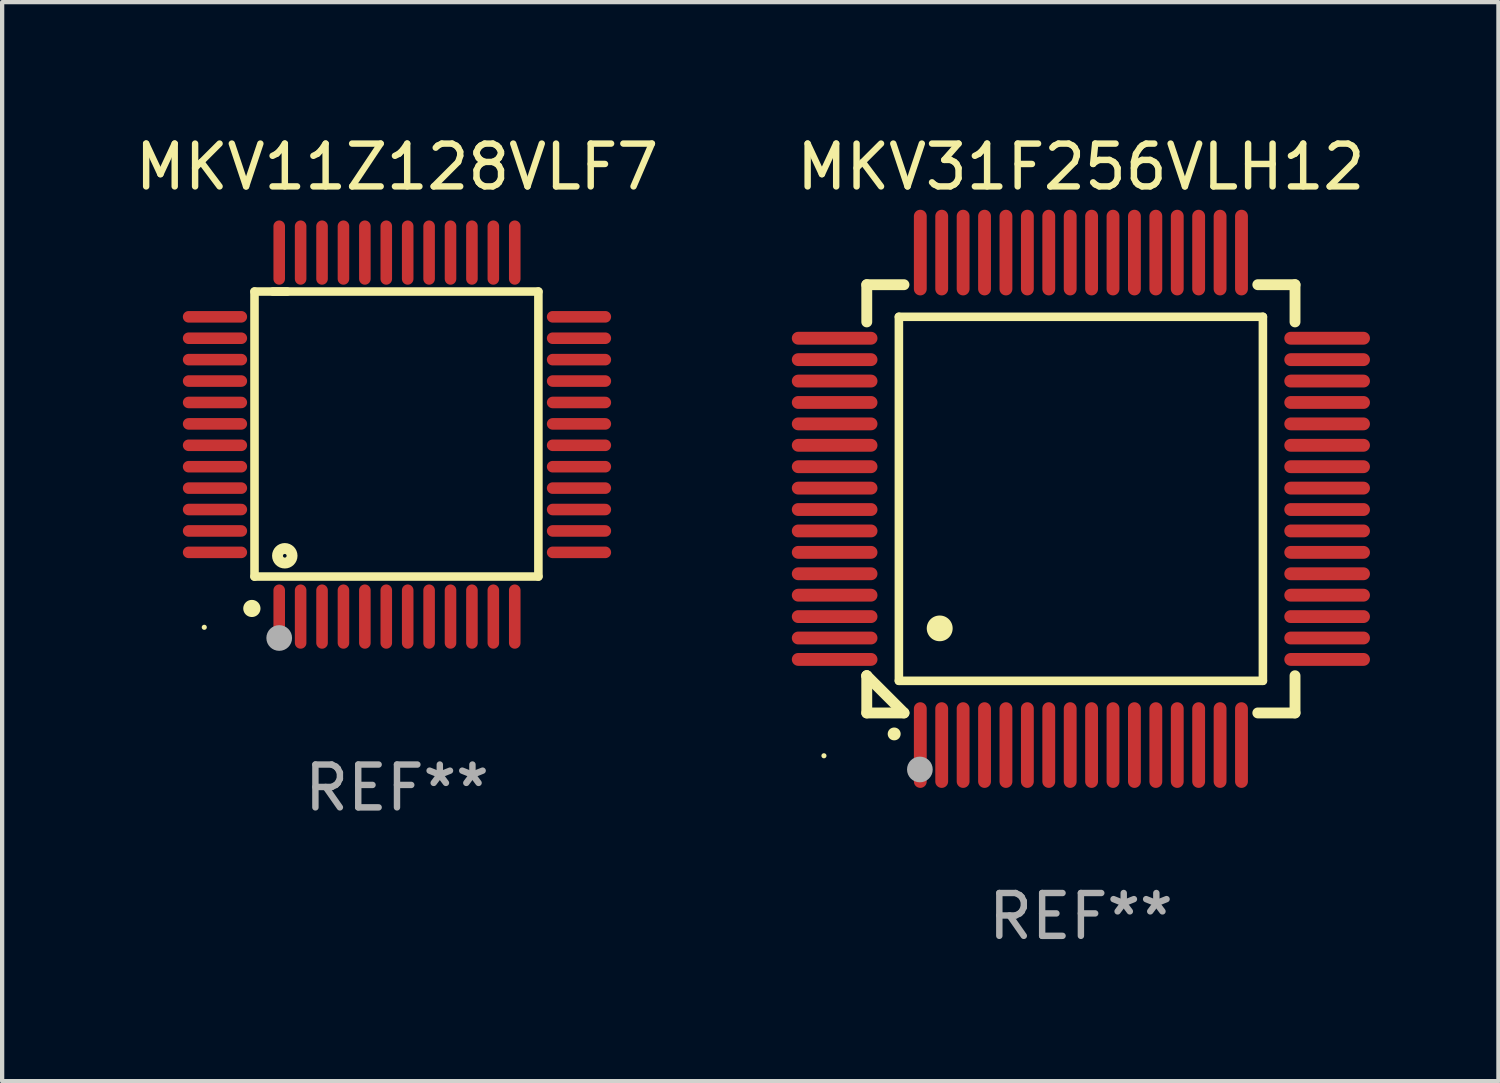
<source format=kicad_pcb>
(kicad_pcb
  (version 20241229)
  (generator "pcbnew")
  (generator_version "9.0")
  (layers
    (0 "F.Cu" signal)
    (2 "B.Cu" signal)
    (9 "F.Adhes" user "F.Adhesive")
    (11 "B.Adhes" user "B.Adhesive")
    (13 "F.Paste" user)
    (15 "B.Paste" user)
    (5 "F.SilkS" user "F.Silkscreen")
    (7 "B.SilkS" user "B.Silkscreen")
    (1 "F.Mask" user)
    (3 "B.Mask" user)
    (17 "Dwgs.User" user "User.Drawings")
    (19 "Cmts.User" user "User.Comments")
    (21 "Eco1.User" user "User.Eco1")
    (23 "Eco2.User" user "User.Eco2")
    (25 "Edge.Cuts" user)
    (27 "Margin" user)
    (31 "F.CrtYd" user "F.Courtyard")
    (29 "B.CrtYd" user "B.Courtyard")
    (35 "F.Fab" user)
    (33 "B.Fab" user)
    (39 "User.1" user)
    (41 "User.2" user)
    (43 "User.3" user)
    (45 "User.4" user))
  (footprint "MKV11Z128VLF7"
    (layer "F.Cu")
    (at 6.22 7.098)
    (property "Reference" "MKV11Z128VLF7" (at 0 -6.25 0) (layer "F.SilkS") (effects (font (size 1 1) (thickness 0.15))))
    (attr through_hole)
    (fp_line (start -3.327 -3.34) (end -2.565 -3.34) (stroke (width 0.2) (type solid)) (layer "F.SilkS"))
    (fp_line (start -3.327 3.315) (end -3.327 -3.34) (stroke (width 0.2) (type solid)) (layer "F.SilkS"))
    (fp_line (start -2.896 -3.34) (end 3.302 -3.34) (stroke (width 0.2) (type solid)) (layer "F.SilkS"))
    (fp_line (start 3.302 -3.34) (end 3.302 3.315) (stroke (width 0.2) (type solid)) (layer "F.SilkS"))
    (fp_line (start 3.302 3.315) (end -3.327 3.315) (stroke (width 0.2) (type solid)) (layer "F.SilkS"))
    (fp_arc (start -3.389992 4.059995) (mid -3.388722 4.059991) (end -3.387452 4.059995) (stroke (width 0.4) (type solid)) (layer "F.SilkS"))
    (fp_circle (center -4.5 4.5) (end -4.47 4.5) (stroke (width 0.06) (type solid)) (fill no) (layer "F.SilkS"))
    (fp_circle (center -2.62 2.83) (end -2.45 2.83) (stroke (width 0.254) (type solid)) (fill no) (layer "F.SilkS"))
    (fp_circle (center -2.75 4.75) (end -2.6 4.75) (stroke (width 0.3) (type solid)) (fill no) (layer "F.Fab"))
    (fp_text user "REF**" (at 0 8.25 0) (layer "F.Fab") (effects (font (size 1 1) (thickness 0.15))))
    (pad "1" smd oval (at -2.75 4.25) (size 0.27 1.5) (layers "F.Cu" "F.Mask" "F.Paste"))
    (pad "2" smd oval (at -2.25 4.25) (size 0.27 1.5) (layers "F.Cu" "F.Mask" "F.Paste"))
    (pad "3" smd oval (at -1.75 4.25) (size 0.27 1.5) (layers "F.Cu" "F.Mask" "F.Paste"))
    (pad "4" smd oval (at -1.25 4.25) (size 0.27 1.5) (layers "F.Cu" "F.Mask" "F.Paste"))
    (pad "5" smd oval (at -0.75 4.25) (size 0.27 1.5) (layers "F.Cu" "F.Mask" "F.Paste"))
    (pad "6" smd oval (at -0.25 4.25) (size 0.27 1.5) (layers "F.Cu" "F.Mask" "F.Paste"))
    (pad "7" smd oval (at 0.25 4.25) (size 0.27 1.5) (layers "F.Cu" "F.Mask" "F.Paste"))
    (pad "8" smd oval (at 0.75 4.25) (size 0.27 1.5) (layers "F.Cu" "F.Mask" "F.Paste"))
    (pad "9" smd oval (at 1.25 4.25) (size 0.27 1.5) (layers "F.Cu" "F.Mask" "F.Paste"))
    (pad "10" smd oval (at 1.75 4.25) (size 0.27 1.5) (layers "F.Cu" "F.Mask" "F.Paste"))
    (pad "11" smd oval (at 2.25 4.25) (size 0.27 1.5) (layers "F.Cu" "F.Mask" "F.Paste"))
    (pad "12" smd oval (at 2.75 4.25) (size 0.27 1.5) (layers "F.Cu" "F.Mask" "F.Paste"))
    (pad "13" smd oval (at 4.25 2.75) (size 1.5 0.27) (layers "F.Cu" "F.Mask" "F.Paste"))
    (pad "14" smd oval (at 4.25 2.25) (size 1.5 0.27) (layers "F.Cu" "F.Mask" "F.Paste"))
    (pad "15" smd oval (at 4.25 1.75) (size 1.5 0.27) (layers "F.Cu" "F.Mask" "F.Paste"))
    (pad "16" smd oval (at 4.25 1.25) (size 1.5 0.27) (layers "F.Cu" "F.Mask" "F.Paste"))
    (pad "17" smd oval (at 4.25 0.75) (size 1.5 0.27) (layers "F.Cu" "F.Mask" "F.Paste"))
    (pad "18" smd oval (at 4.25 0.25) (size 1.5 0.27) (layers "F.Cu" "F.Mask" "F.Paste"))
    (pad "19" smd oval (at 4.25 -0.25) (size 1.5 0.27) (layers "F.Cu" "F.Mask" "F.Paste"))
    (pad "20" smd oval (at 4.25 -0.75) (size 1.5 0.27) (layers "F.Cu" "F.Mask" "F.Paste"))
    (pad "21" smd oval (at 4.25 -1.25) (size 1.5 0.27) (layers "F.Cu" "F.Mask" "F.Paste"))
    (pad "22" smd oval (at 4.25 -1.75) (size 1.5 0.27) (layers "F.Cu" "F.Mask" "F.Paste"))
    (pad "23" smd oval (at 4.25 -2.25) (size 1.5 0.27) (layers "F.Cu" "F.Mask" "F.Paste"))
    (pad "24" smd oval (at 4.25 -2.75) (size 1.5 0.27) (layers "F.Cu" "F.Mask" "F.Paste"))
    (pad "25" smd oval (at 2.75 -4.25) (size 0.27 1.5) (layers "F.Cu" "F.Mask" "F.Paste"))
    (pad "26" smd oval (at 2.25 -4.25) (size 0.27 1.5) (layers "F.Cu" "F.Mask" "F.Paste"))
    (pad "27" smd oval (at 1.75 -4.25) (size 0.27 1.5) (layers "F.Cu" "F.Mask" "F.Paste"))
    (pad "28" smd oval (at 1.25 -4.25) (size 0.27 1.5) (layers "F.Cu" "F.Mask" "F.Paste"))
    (pad "29" smd oval (at 0.75 -4.25) (size 0.27 1.5) (layers "F.Cu" "F.Mask" "F.Paste"))
    (pad "30" smd oval (at 0.25 -4.25) (size 0.27 1.5) (layers "F.Cu" "F.Mask" "F.Paste"))
    (pad "31" smd oval (at -0.25 -4.25) (size 0.27 1.5) (layers "F.Cu" "F.Mask" "F.Paste"))
    (pad "32" smd oval (at -0.75 -4.25) (size 0.27 1.5) (layers "F.Cu" "F.Mask" "F.Paste"))
    (pad "33" smd oval (at -1.25 -4.25) (size 0.27 1.5) (layers "F.Cu" "F.Mask" "F.Paste"))
    (pad "34" smd oval (at -1.75 -4.25) (size 0.27 1.5) (layers "F.Cu" "F.Mask" "F.Paste"))
    (pad "35" smd oval (at -2.25 -4.25) (size 0.27 1.5) (layers "F.Cu" "F.Mask" "F.Paste"))
    (pad "36" smd oval (at -2.75 -4.25) (size 0.27 1.5) (layers "F.Cu" "F.Mask" "F.Paste"))
    (pad "37" smd oval (at -4.25 -2.75) (size 1.5 0.27) (layers "F.Cu" "F.Mask" "F.Paste"))
    (pad "38" smd oval (at -4.25 -2.25) (size 1.5 0.27) (layers "F.Cu" "F.Mask" "F.Paste"))
    (pad "39" smd oval (at -4.25 -1.75) (size 1.5 0.27) (layers "F.Cu" "F.Mask" "F.Paste"))
    (pad "40" smd oval (at -4.25 -1.25) (size 1.5 0.27) (layers "F.Cu" "F.Mask" "F.Paste"))
    (pad "41" smd oval (at -4.25 -0.75) (size 1.5 0.27) (layers "F.Cu" "F.Mask" "F.Paste"))
    (pad "42" smd oval (at -4.25 -0.25) (size 1.5 0.27) (layers "F.Cu" "F.Mask" "F.Paste"))
    (pad "43" smd oval (at -4.25 0.25) (size 1.5 0.27) (layers "F.Cu" "F.Mask" "F.Paste"))
    (pad "44" smd oval (at -4.25 0.75) (size 1.5 0.27) (layers "F.Cu" "F.Mask" "F.Paste"))
    (pad "45" smd oval (at -4.25 1.25) (size 1.5 0.27) (layers "F.Cu" "F.Mask" "F.Paste"))
    (pad "46" smd oval (at -4.25 1.75) (size 1.5 0.27) (layers "F.Cu" "F.Mask" "F.Paste"))
    (pad "47" smd oval (at -4.25 2.25) (size 1.5 0.27) (layers "F.Cu" "F.Mask" "F.Paste"))
    (pad "48" smd oval (at -4.25 2.75) (size 1.5 0.27) (layers "F.Cu" "F.Mask" "F.Paste")))
  (footprint "MKV31F256VLH12"
    (layer "F.Cu")
    (at 22.19 8.598)
    (property "Reference" "MKV31F256VLH12" (at 0 -7.75 0) (layer "F.SilkS") (effects (font (size 1 1) (thickness 0.15))))
    (attr through_hole)
    (fp_line (start -5 -5) (end -4.131 -5) (stroke (width 0.254) (type solid)) (layer "F.SilkS"))
    (fp_line (start -5 -4.131) (end -5 -5) (stroke (width 0.254) (type solid)) (layer "F.SilkS"))
    (fp_line (start -5 4.131) (end -5 4.131) (stroke (width 0.254) (type solid)) (layer "F.SilkS"))
    (fp_line (start -5 5) (end -5 4.131) (stroke (width 0.254) (type solid)) (layer "F.SilkS"))
    (fp_line (start -5 4.131) (end -4.131 5) (stroke (width 0.254) (type solid)) (layer "F.SilkS"))
    (fp_line (start -4.25 -4.25) (end -4.25 4.25) (stroke (width 0.2) (type solid)) (layer "F.SilkS"))
    (fp_line (start -4.25 4.25) (end 4.25 4.25) (stroke (width 0.2) (type solid)) (layer "F.SilkS"))
    (fp_line (start -4.131 5) (end -5 5) (stroke (width 0.254) (type solid)) (layer "F.SilkS"))
    (fp_line (start 4.25 -4.25) (end -4.25 -4.25) (stroke (width 0.2) (type solid)) (layer "F.SilkS"))
    (fp_line (start 4.25 4.25) (end 4.25 -4.25) (stroke (width 0.2) (type solid)) (layer "F.SilkS"))
    (fp_line (start 5 -5) (end 4.131 -5) (stroke (width 0.254) (type solid)) (layer "F.SilkS"))
    (fp_line (start 5 -5) (end 5 -4.131) (stroke (width 0.254) (type solid)) (layer "F.SilkS"))
    (fp_line (start 5 4.131) (end 5 5) (stroke (width 0.254) (type solid)) (layer "F.SilkS"))
    (fp_line (start 5 5) (end 4.131 5) (stroke (width 0.254) (type solid)) (layer "F.SilkS"))
    (fp_arc (start -4.361265 5.489992) (mid -4.359995 5.489987) (end -4.358725 5.489992) (stroke (width 0.3) (type solid)) (layer "F.SilkS"))
    (fp_arc (start -3.299467 3.025146) (mid -3.296927 3.025135) (end -3.294387 3.025146) (stroke (width 0.6) (type solid)) (layer "F.SilkS"))
    (fp_circle (center -6 6) (end -5.97 6) (stroke (width 0.06) (type solid)) (fill no) (layer "F.SilkS"))
    (fp_circle (center -3.76 6.32) (end -3.61 6.32) (stroke (width 0.3) (type solid)) (fill no) (layer "F.Fab"))
    (fp_text user "REF**" (at 0 9.75 0) (layer "F.Fab") (effects (font (size 1 1) (thickness 0.15))))
    (pad "1" smd oval (at -3.75 5.75) (size 0.3 2) (layers "F.Cu" "F.Mask" "F.Paste"))
    (pad "2" smd oval (at -3.25 5.75) (size 0.3 2) (layers "F.Cu" "F.Mask" "F.Paste"))
    (pad "3" smd oval (at -2.75 5.75) (size 0.3 2) (layers "F.Cu" "F.Mask" "F.Paste"))
    (pad "4" smd oval (at -2.25 5.75) (size 0.3 2) (layers "F.Cu" "F.Mask" "F.Paste"))
    (pad "5" smd oval (at -1.75 5.75) (size 0.3 2) (layers "F.Cu" "F.Mask" "F.Paste"))
    (pad "6" smd oval (at -1.25 5.75) (size 0.3 2) (layers "F.Cu" "F.Mask" "F.Paste"))
    (pad "7" smd oval (at -0.75 5.75) (size 0.3 2) (layers "F.Cu" "F.Mask" "F.Paste"))
    (pad "8" smd oval (at -0.25 5.75) (size 0.3 2) (layers "F.Cu" "F.Mask" "F.Paste"))
    (pad "9" smd oval (at 0.25 5.75) (size 0.3 2) (layers "F.Cu" "F.Mask" "F.Paste"))
    (pad "10" smd oval (at 0.75 5.75) (size 0.3 2) (layers "F.Cu" "F.Mask" "F.Paste"))
    (pad "11" smd oval (at 1.25 5.75) (size 0.3 2) (layers "F.Cu" "F.Mask" "F.Paste"))
    (pad "12" smd oval (at 1.75 5.75) (size 0.3 2) (layers "F.Cu" "F.Mask" "F.Paste"))
    (pad "13" smd oval (at 2.25 5.75) (size 0.3 2) (layers "F.Cu" "F.Mask" "F.Paste"))
    (pad "14" smd oval (at 2.75 5.75) (size 0.3 2) (layers "F.Cu" "F.Mask" "F.Paste"))
    (pad "15" smd oval (at 3.25 5.75) (size 0.3 2) (layers "F.Cu" "F.Mask" "F.Paste"))
    (pad "16" smd oval (at 3.75 5.75) (size 0.3 2) (layers "F.Cu" "F.Mask" "F.Paste"))
    (pad "17" smd oval (at 5.75 3.75) (size 2 0.3) (layers "F.Cu" "F.Mask" "F.Paste"))
    (pad "18" smd oval (at 5.75 3.25) (size 2 0.3) (layers "F.Cu" "F.Mask" "F.Paste"))
    (pad "19" smd oval (at 5.75 2.75) (size 2 0.3) (layers "F.Cu" "F.Mask" "F.Paste"))
    (pad "20" smd oval (at 5.75 2.25) (size 2 0.3) (layers "F.Cu" "F.Mask" "F.Paste"))
    (pad "21" smd oval (at 5.75 1.75) (size 2 0.3) (layers "F.Cu" "F.Mask" "F.Paste"))
    (pad "22" smd oval (at 5.75 1.25) (size 2 0.3) (layers "F.Cu" "F.Mask" "F.Paste"))
    (pad "23" smd oval (at 5.75 0.75) (size 2 0.3) (layers "F.Cu" "F.Mask" "F.Paste"))
    (pad "24" smd oval (at 5.75 0.25) (size 2 0.3) (layers "F.Cu" "F.Mask" "F.Paste"))
    (pad "25" smd oval (at 5.75 -0.25) (size 2 0.3) (layers "F.Cu" "F.Mask" "F.Paste"))
    (pad "26" smd oval (at 5.75 -0.75) (size 2 0.3) (layers "F.Cu" "F.Mask" "F.Paste"))
    (pad "27" smd oval (at 5.75 -1.25) (size 2 0.3) (layers "F.Cu" "F.Mask" "F.Paste"))
    (pad "28" smd oval (at 5.75 -1.75) (size 2 0.3) (layers "F.Cu" "F.Mask" "F.Paste"))
    (pad "29" smd oval (at 5.75 -2.25) (size 2 0.3) (layers "F.Cu" "F.Mask" "F.Paste"))
    (pad "30" smd oval (at 5.75 -2.75) (size 2 0.3) (layers "F.Cu" "F.Mask" "F.Paste"))
    (pad "31" smd oval (at 5.75 -3.25) (size 2 0.3) (layers "F.Cu" "F.Mask" "F.Paste"))
    (pad "32" smd oval (at 5.75 -3.75) (size 2 0.3) (layers "F.Cu" "F.Mask" "F.Paste"))
    (pad "33" smd oval (at 3.75 -5.75) (size 0.3 2) (layers "F.Cu" "F.Mask" "F.Paste"))
    (pad "34" smd oval (at 3.25 -5.75) (size 0.3 2) (layers "F.Cu" "F.Mask" "F.Paste"))
    (pad "35" smd oval (at 2.75 -5.75) (size 0.3 2) (layers "F.Cu" "F.Mask" "F.Paste"))
    (pad "36" smd oval (at 2.25 -5.75) (size 0.3 2) (layers "F.Cu" "F.Mask" "F.Paste"))
    (pad "37" smd oval (at 1.75 -5.75) (size 0.3 2) (layers "F.Cu" "F.Mask" "F.Paste"))
    (pad "38" smd oval (at 1.25 -5.75) (size 0.3 2) (layers "F.Cu" "F.Mask" "F.Paste"))
    (pad "39" smd oval (at 0.75 -5.75) (size 0.3 2) (layers "F.Cu" "F.Mask" "F.Paste"))
    (pad "40" smd oval (at 0.25 -5.75) (size 0.3 2) (layers "F.Cu" "F.Mask" "F.Paste"))
    (pad "41" smd oval (at -0.25 -5.75) (size 0.3 2) (layers "F.Cu" "F.Mask" "F.Paste"))
    (pad "42" smd oval (at -0.75 -5.75) (size 0.3 2) (layers "F.Cu" "F.Mask" "F.Paste"))
    (pad "43" smd oval (at -1.25 -5.75) (size 0.3 2) (layers "F.Cu" "F.Mask" "F.Paste"))
    (pad "44" smd oval (at -1.75 -5.75) (size 0.3 2) (layers "F.Cu" "F.Mask" "F.Paste"))
    (pad "45" smd oval (at -2.25 -5.75) (size 0.3 2) (layers "F.Cu" "F.Mask" "F.Paste"))
    (pad "46" smd oval (at -2.75 -5.75) (size 0.3 2) (layers "F.Cu" "F.Mask" "F.Paste"))
    (pad "47" smd oval (at -3.25 -5.75) (size 0.3 2) (layers "F.Cu" "F.Mask" "F.Paste"))
    (pad "48" smd oval (at -3.75 -5.75) (size 0.3 2) (layers "F.Cu" "F.Mask" "F.Paste"))
    (pad "49" smd oval (at -5.75 -3.75) (size 2 0.3) (layers "F.Cu" "F.Mask" "F.Paste"))
    (pad "50" smd oval (at -5.75 -3.25) (size 2 0.3) (layers "F.Cu" "F.Mask" "F.Paste"))
    (pad "51" smd oval (at -5.75 -2.75) (size 2 0.3) (layers "F.Cu" "F.Mask" "F.Paste"))
    (pad "52" smd oval (at -5.75 -2.25) (size 2 0.3) (layers "F.Cu" "F.Mask" "F.Paste"))
    (pad "53" smd oval (at -5.75 -1.75) (size 2 0.3) (layers "F.Cu" "F.Mask" "F.Paste"))
    (pad "54" smd oval (at -5.75 -1.25) (size 2 0.3) (layers "F.Cu" "F.Mask" "F.Paste"))
    (pad "55" smd oval (at -5.75 -0.75) (size 2 0.3) (layers "F.Cu" "F.Mask" "F.Paste"))
    (pad "56" smd oval (at -5.75 -0.25) (size 2 0.3) (layers "F.Cu" "F.Mask" "F.Paste"))
    (pad "57" smd oval (at -5.75 0.25) (size 2 0.3) (layers "F.Cu" "F.Mask" "F.Paste"))
    (pad "58" smd oval (at -5.75 0.75) (size 2 0.3) (layers "F.Cu" "F.Mask" "F.Paste"))
    (pad "59" smd oval (at -5.75 1.25) (size 2 0.3) (layers "F.Cu" "F.Mask" "F.Paste"))
    (pad "60" smd oval (at -5.75 1.75) (size 2 0.3) (layers "F.Cu" "F.Mask" "F.Paste"))
    (pad "61" smd oval (at -5.75 2.25) (size 2 0.3) (layers "F.Cu" "F.Mask" "F.Paste"))
    (pad "62" smd oval (at -5.75 2.75) (size 2 0.3) (layers "F.Cu" "F.Mask" "F.Paste"))
    (pad "63" smd oval (at -5.75 3.25) (size 2 0.3) (layers "F.Cu" "F.Mask" "F.Paste"))
    (pad "64" smd oval (at -5.75 3.75) (size 2 0.3) (layers "F.Cu" "F.Mask" "F.Paste")))
  (gr_rect
    (start -3 -3)
    (end 31.94 22.196)
    (stroke (width 0.1) (type default))
    (fill no)
    (layer "Edge.Cuts")))
</source>
